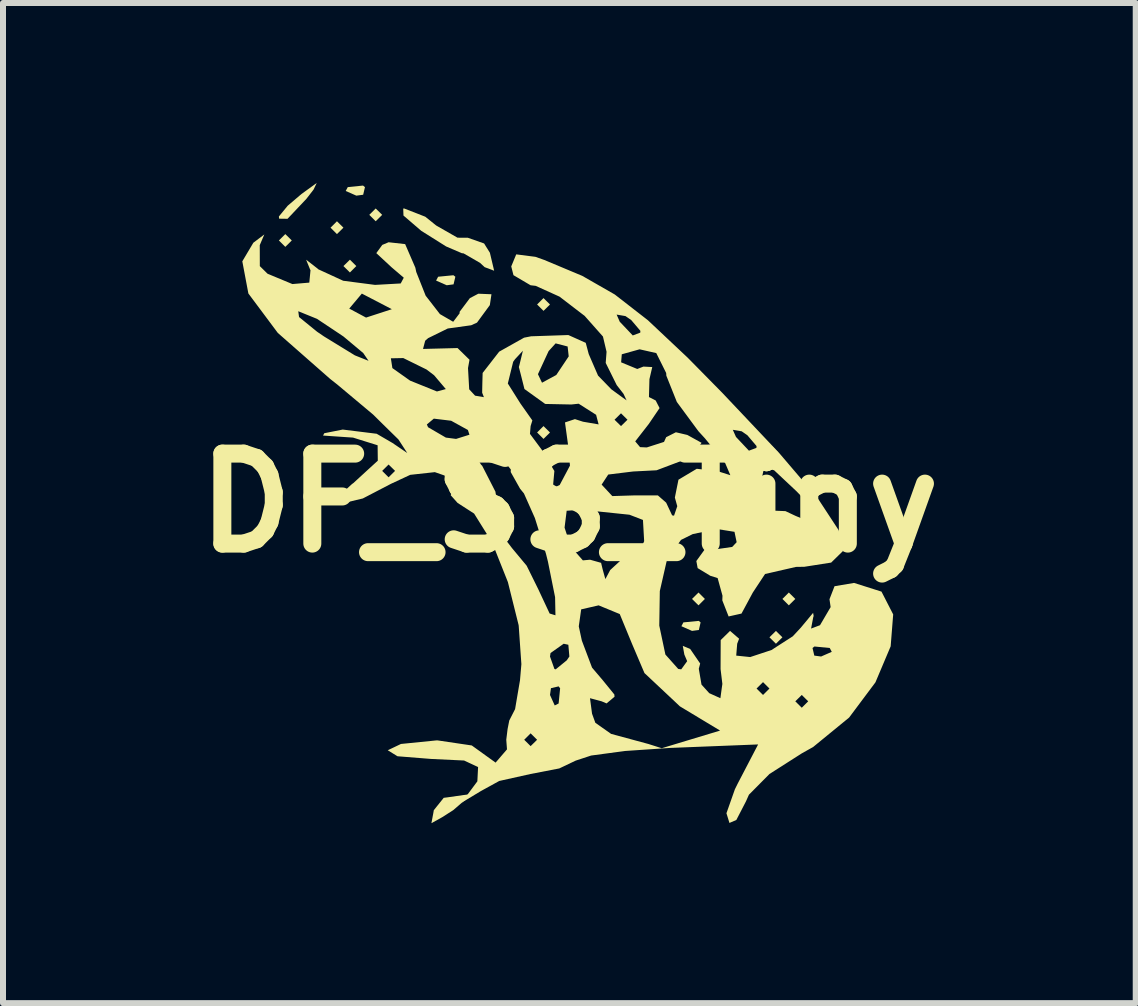
<source format=kicad_pcb>
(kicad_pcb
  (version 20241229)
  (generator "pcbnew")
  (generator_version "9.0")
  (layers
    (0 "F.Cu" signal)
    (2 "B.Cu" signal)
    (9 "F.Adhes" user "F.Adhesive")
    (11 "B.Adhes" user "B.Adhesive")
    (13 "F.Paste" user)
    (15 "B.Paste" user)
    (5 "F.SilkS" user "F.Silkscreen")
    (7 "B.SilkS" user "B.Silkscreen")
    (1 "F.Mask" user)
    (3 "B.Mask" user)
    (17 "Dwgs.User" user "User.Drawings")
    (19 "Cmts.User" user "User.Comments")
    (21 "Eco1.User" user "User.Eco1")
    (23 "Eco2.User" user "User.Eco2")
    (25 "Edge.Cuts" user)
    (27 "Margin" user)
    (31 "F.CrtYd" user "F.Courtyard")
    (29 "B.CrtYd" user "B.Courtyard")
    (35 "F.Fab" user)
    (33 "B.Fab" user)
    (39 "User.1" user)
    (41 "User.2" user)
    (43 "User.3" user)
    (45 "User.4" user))
  (footprint "DF_SS_Tiny"
    (layer "F.Cu")
    (at 6.443 5.335)
    (property "Reference" "DF_SS_Tiny" (at 0 0 0) (layer "F.SilkS") (effects (font (size 1.5 1.5) (thickness 0.3))))
    (attr board_only exclude_from_pos_files exclude_from_bom)
    (fp_poly (pts (xy -4.628 -4.376) (xy -4.736 -4.269) (xy -4.843 -4.376) (xy -4.736 -4.482)) (stroke (width 0) (type solid)) (fill yes) (layer "F.SilkS"))
    (fp_poly (pts (xy -3.767 -4.589) (xy -3.875 -4.482) (xy -3.982 -4.589) (xy -3.875 -4.696)) (stroke (width 0) (type solid)) (fill yes) (layer "F.SilkS"))
    (fp_poly (pts (xy -3.552 -3.949) (xy -3.659 -3.842) (xy -3.767 -3.949) (xy -3.659 -4.055)) (stroke (width 0) (type solid)) (fill yes) (layer "F.SilkS"))
    (fp_poly (pts (xy -3.121 -4.803) (xy -3.229 -4.696) (xy -3.336 -4.803) (xy -3.229 -4.909)) (stroke (width 0) (type solid)) (fill yes) (layer "F.SilkS"))
    (fp_poly (pts (xy -0.323 -3.308) (xy -0.431 -3.202) (xy -0.538 -3.308) (xy -0.431 -3.415)) (stroke (width 0) (type solid)) (fill yes) (layer "F.SilkS"))
    (fp_poly (pts (xy -0.323 -1.174) (xy -0.431 -1.067) (xy -0.538 -1.174) (xy -0.431 -1.281)) (stroke (width 0) (type solid)) (fill yes) (layer "F.SilkS"))
    (fp_poly (pts (xy 2.26 1.601) (xy 2.153 1.708) (xy 2.045 1.601) (xy 2.153 1.494)) (stroke (width 0) (type solid)) (fill yes) (layer "F.SilkS"))
    (fp_poly (pts (xy 3.552 2.241) (xy 3.444 2.348) (xy 3.336 2.241) (xy 3.444 2.134)) (stroke (width 0) (type solid)) (fill yes) (layer "F.SilkS"))
    (fp_poly (pts (xy 3.767 1.601) (xy 3.659 1.708) (xy 3.552 1.601) (xy 3.659 1.494)) (stroke (width 0) (type solid)) (fill yes) (layer "F.SilkS"))
    (fp_poly (pts (xy -3.408 -5.265) (xy -3.438 -5.138) (xy -3.552 -5.123) (xy -3.729 -5.201) (xy -3.695 -5.265) (xy -3.44 -5.291)) (stroke (width 0) (type solid)) (fill yes) (layer "F.SilkS"))
    (fp_poly (pts (xy -1.901 -3.771) (xy -1.931 -3.644) (xy -2.045 -3.629) (xy -2.222 -3.707) (xy -2.188 -3.771) (xy -1.933 -3.796)) (stroke (width 0) (type solid)) (fill yes) (layer "F.SilkS"))
    (fp_poly (pts (xy 2.188 1.992) (xy 2.159 2.119) (xy 2.045 2.134) (xy 1.868 2.056) (xy 1.901 1.992) (xy 2.157 1.967)) (stroke (width 0) (type solid)) (fill yes) (layer "F.SilkS"))
    (fp_poly (pts (xy -4.265 -5.224) (xy -4.385 -5.069) (xy -4.699 -4.737) (xy -4.84 -4.739) (xy -4.843 -4.776) (xy -4.696 -4.955) (xy -4.467 -5.15) (xy -4.212 -5.335)) (stroke (width 0) (type solid)) (fill yes) (layer "F.SilkS"))
    (fp_poly (pts (xy -1.62 4.85) (xy -1.937 5.123) (xy -2.12 5.24) (xy -2.3 5.34) (xy -2.27 5.18) (xy -2.26 5.123) (xy -2.095 4.917) (xy -2.032 4.909)) (stroke (width 0) (type solid)) (fill yes) (layer "F.SilkS"))
    (fp_poly (pts (xy -2.403 -4.772) (xy -2.22 -4.625) (xy -1.865 -4.422) (xy -1.693 -4.421) (xy -1.422 -4.326) (xy -1.325 -4.171) (xy -1.254 -3.871) (xy -1.413 -3.931) (xy -1.489 -4.002) (xy -1.763 -4.16) (xy -1.794 -4.164) (xy -2.055 -4.276) (xy -2.47 -4.537) (xy -2.766 -4.791) (xy -2.77 -4.908) (xy -2.754 -4.909)) (stroke (width 0) (type solid)) (fill yes) (layer "F.SilkS"))
    (fp_poly (pts (xy -5.162 -4.298) (xy -5.161 -3.948) (xy -5.032 -3.821) (xy -4.618 -3.649) (xy -4.336 -3.673) (xy -4.316 -3.88) (xy -4.324 -3.895) (xy -4.389 -4.055) (xy -4.197 -3.906) (xy -4.186 -3.895) (xy -3.771 -3.704) (xy -3.24 -3.635) (xy -2.812 -3.659) (xy -2.761 -3.755) (xy -2.966 -3.93) (xy -3.219 -4.165) (xy -3.119 -4.302) (xy -3.014 -4.346) (xy -2.738 -4.315) (xy -2.568 -3.922) (xy -2.553 -3.851) (xy -2.396 -3.455) (xy -2.158 -3.148) (xy -1.937 -3.02) (xy -1.83 -3.161) (xy -1.83 -3.186) (xy -1.659 -3.414) (xy -1.518 -3.488) (xy -1.299 -3.479) (xy -1.326 -3.298) (xy -1.54 -3.006) (xy -1.637 -2.962) (xy -2.027 -2.908) (xy -2.355 -2.747) (xy -2.404 -2.704) (xy -2.44 -2.567) (xy -2.368 -2.569) (xy -1.864 -2.582) (xy -1.665 -2.387) (xy -1.69 -2.248) (xy -1.67 -1.894) (xy -1.572 -1.788) (xy -1.425 -1.763) (xy -1.454 -1.837) (xy -1.451 -1.991) (xy -1.026 -1.991) (xy -0.817 -1.659) (xy -0.617 -1.375) (xy -0.646 -1.281) (xy -0.657 -1.151) (xy -0.463 -0.89) (xy -0.25 -0.532) (xy -0.269 -0.322) (xy -0.275 -0.245) (xy -0.161 -0.299) (xy -0.158 -0.305) (xy 0.538 -0.305) (xy 0.716 -0.114) (xy 1.076 -0.125) (xy 1.476 -0.125) (xy 1.614 -0.004) (xy 1.713 0.207) (xy 1.745 0.213) (xy 1.799 0.055) (xy 1.759 -0.089) (xy 1.783 -0.209) (xy 3.18 -0.209) (xy 3.217 0.096) (xy 3.306 0.125) (xy 3.603 0.137) (xy 3.771 0.216) (xy 4.092 0.351) (xy 4.122 0.222) (xy 3.861 -0.118) (xy 3.785 -0.196) (xy 3.414 -0.544) (xy 3.248 -0.589) (xy 3.19 -0.332) (xy 3.18 -0.209) (xy 1.783 -0.209) (xy 1.819 -0.387) (xy 2.124 -0.569) (xy 2.487 -0.527) (xy 2.495 -0.522) (xy 2.684 -0.462) (xy 2.598 -0.663) (xy 2.26 -1.077) (xy 2.153 -1.194) (xy 2.134 -1.219) (xy 2.725 -1.219) (xy 2.778 -1.1) (xy 2.994 -0.871) (xy 3.119 -0.918) (xy 3.121 -0.948) (xy 2.968 -1.128) (xy 2.873 -1.194) (xy 2.725 -1.219) (xy 2.134 -1.219) (xy 1.792 -1.683) (xy 1.617 -2.121) (xy 1.614 -2.166) (xy 1.449 -2.498) (xy 1.171 -2.561) (xy 0.874 -2.478) (xy 0.863 -2.344) (xy 1.132 -2.233) (xy 1.235 -2.273) (xy 1.382 -2.265) (xy 1.335 -2.063) (xy 1.327 -1.765) (xy 1.439 -1.708) (xy 1.504 -1.581) (xy 1.324 -1.316) (xy 1.098 -1.026) (xy 1.179 -0.93) (xy 1.291 -0.925) (xy 1.578 -1.017) (xy 1.614 -1.096) (xy 1.776 -1.178) (xy 1.967 -1.133) (xy 2.204 -1.002) (xy 2.083 -0.83) (xy 1.954 -0.733) (xy 1.454 -0.544) (xy 1.063 -0.524) (xy 0.648 -0.473) (xy 0.538 -0.305) (xy -0.158 -0.305) (xy 0.01 -0.622) (xy -0.023 -0.976) (xy -0.073 -1.342) (xy 0.093 -1.397) (xy 0.227 -1.354) (xy 0.488 -1.309) (xy 0.467 -1.387) (xy 0.753 -1.387) (xy 0.861 -1.281) (xy 0.969 -1.387) (xy 0.861 -1.494) (xy 0.753 -1.387) (xy 0.467 -1.387) (xy 0.446 -1.469) (xy 0.155 -1.654) (xy 0.034 -1.641) (xy -0.403 -1.65) (xy -0.749 -1.899) (xy -0.811 -2.146) (xy -0.524 -2.146) (xy -0.456 -2.004) (xy -0.218 -2.133) (xy -0.011 -2.443) (xy -0.029 -2.608) (xy -0.229 -2.66) (xy -0.346 -2.531) (xy -0.524 -2.146) (xy -0.811 -2.146) (xy -0.842 -2.265) (xy -0.833 -2.298) (xy -0.775 -2.537) (xy -0.907 -2.395) (xy -0.937 -2.353) (xy -1.026 -1.991) (xy -1.451 -1.991) (xy -1.446 -2.167) (xy -1.17 -2.522) (xy -0.755 -2.755) (xy -0.638 -2.778) (xy -0.017 -2.799) (xy 0.273 -2.669) (xy 0.323 -2.481) (xy 0.478 -2.123) (xy 0.7 -1.894) (xy 0.954 -1.709) (xy 0.903 -1.818) (xy 0.789 -1.965) (xy 0.606 -2.334) (xy 0.62 -2.52) (xy 0.56 -2.774) (xy 0.254 -3.119) (xy 0.226 -3.14) (xy 0.788 -3.14) (xy 0.84 -3.021) (xy 1.057 -2.792) (xy 1.182 -2.839) (xy 1.184 -2.869) (xy 1.031 -3.049) (xy 0.935 -3.115) (xy 0.788 -3.14) (xy 0.226 -3.14) (xy -0.164 -3.439) (xy -0.562 -3.619) (xy -0.647 -3.629) (xy -0.932 -3.797) (xy -0.969 -3.943) (xy -0.886 -4.144) (xy -0.566 -4.103) (xy -0.416 -4.05) (xy 0.216 -3.785) (xy 0.757 -3.475) (xy 1.309 -3.046) (xy 1.973 -2.421) (xy 2.548 -1.837) (xy 3.498 -0.832) (xy 4.141 -0.078) (xy 4.491 0.456) (xy 4.561 0.803) (xy 4.365 0.995) (xy 3.917 1.065) (xy 3.779 1.067) (xy 3.263 1.185) (xy 3.059 1.494) (xy 2.87 1.845) (xy 2.655 1.893) (xy 2.55 1.625) (xy 2.553 1.547) (xy 2.472 1.253) (xy 2.35 1.215) (xy 2.139 1.087) (xy 2.117 0.969) (xy 2.263 0.767) (xy 2.382 0.782) (xy 2.715 0.734) (xy 2.789 0.655) (xy 2.753 0.482) (xy 2.458 0.435) (xy 2.057 0.52) (xy 1.861 0.617) (xy 1.628 0.945) (xy 1.508 1.47) (xy 1.499 2.046) (xy 1.601 2.528) (xy 1.815 2.768) (xy 1.865 2.775) (xy 1.964 2.639) (xy 1.917 2.528) (xy 1.891 2.383) (xy 2.015 2.436) (xy 2.181 2.678) (xy 2.158 2.765) (xy 2.203 3.029) (xy 2.332 3.172) (xy 2.518 3.256) (xy 2.54 3.095) (xy 3.121 3.095) (xy 3.229 3.202) (xy 3.336 3.095) (xy 3.229 2.988) (xy 3.121 3.095) (xy 2.54 3.095) (xy 2.551 3.018) (xy 2.521 2.77) (xy 2.523 2.287) (xy 2.679 2.134) (xy 2.83 2.264) (xy 2.798 2.348) (xy 2.782 2.546) (xy 3.015 2.57) (xy 3.372 2.452) (xy 3.422 2.419) (xy 4.054 2.419) (xy 4.084 2.546) (xy 4.197 2.561) (xy 4.375 2.483) (xy 4.341 2.419) (xy 4.086 2.394) (xy 4.054 2.419) (xy 3.422 2.419) (xy 3.725 2.224) (xy 3.858 2.081) (xy 4.064 1.833) (xy 4.073 1.887) (xy 4.067 1.901) (xy 4.03 2.095) (xy 4.179 2.039) (xy 4.356 1.737) (xy 4.337 1.606) (xy 4.421 1.389) (xy 4.747 1.334) (xy 5.204 1.479) (xy 5.399 1.859) (xy 5.357 2.391) (xy 5.103 2.992) (xy 4.664 3.579) (xy 4.064 4.07) (xy 3.875 4.176) (xy 3.336 4.52) (xy 2.994 4.865) (xy 2.944 4.977) (xy 2.784 5.286) (xy 2.669 5.336) (xy 2.619 5.174) (xy 2.76 4.774) (xy 2.806 4.681) (xy 3.147 4.027) (xy 1.681 4.085) (xy 0.929 4.136) (xy 0.363 4.212) (xy 0.105 4.297) (xy 0.105 4.297) (xy -0.168 4.427) (xy -0.648 4.52) (xy -1.169 4.636) (xy -1.473 4.803) (xy -1.8 5) (xy -1.534 4.642) (xy -1.522 4.404) (xy -1.755 4.295) (xy -2.303 4.269) (xy -2.866 4.224) (xy -3.028 4.124) (xy -2.808 4.019) (xy -2.221 3.96) (xy -2.201 3.959) (xy -1.627 4.044) (xy -1.23 4.33) (xy -1.04 4.109) (xy -1.052 3.949) (xy -0.753 3.949) (xy -0.646 4.055) (xy -0.538 3.949) (xy -0.646 3.842) (xy -0.753 3.949) (xy -1.052 3.949) (xy -1.03 3.77) (xy -1.002 3.628) (xy -0.905 3.438) (xy -0.865 3.202) (xy -0.323 3.202) (xy -0.244 3.377) (xy -0.179 3.344) (xy -0.154 3.091) (xy -0.179 3.059) (xy -0.307 3.089) (xy -0.323 3.202) (xy -0.865 3.202) (xy -0.823 2.956) (xy -0.8 2.688) (xy -0.809 2.561) (xy -0.323 2.561) (xy -0.249 2.769) (xy -0.228 2.775) (xy -0.044 2.625) (xy 0 2.561) (xy -0.017 2.365) (xy -0.095 2.348) (xy -0.314 2.503) (xy -0.323 2.561) (xy -0.809 2.561) (xy -0.844 2.058) (xy 0.157 2.058) (xy 0.208 2.295) (xy 0.378 2.746) (xy 0.554 2.953) (xy 0.75 3.194) (xy 0.753 3.232) (xy 0.62 3.343) (xy 0.538 3.308) (xy 0.344 3.256) (xy 0.378 3.514) (xy 0.433 3.666) (xy 0.696 3.851) (xy 1.32 4.02) (xy 1.54 4.09) (xy 2.513 3.796) (xy 1.843 3.392) (xy 1.754 3.308) (xy 3.767 3.308) (xy 3.875 3.415) (xy 3.982 3.308) (xy 3.875 3.202) (xy 3.767 3.308) (xy 1.754 3.308) (xy 1.252 2.837) (xy 1.044 2.348) (xy 0.84 1.853) (xy 0.488 1.708) (xy 0.197 1.775) (xy 0.157 2.058) (xy -0.844 2.058) (xy -0.846 2.038) (xy -1.025 1.32) (xy -1.288 0.659) (xy -1.588 0.178) (xy -1.864 -0.000001) (xy -1.979 -0.129) (xy -1.951 -0.191) (xy -1.961 -0.415) (xy -2.243 -0.513) (xy -2.653 -0.468) (xy -2.971 -0.32) (xy -3.444 -0.074) (xy -3.755 -0.000001) (xy -3.884 -0.077) (xy -3.625 -0.314) (xy -3.6 -0.332) (xy -3.38 -0.534) (xy -3.121 -0.534) (xy -3.014 -0.427) (xy -2.906 -0.534) (xy -3.014 -0.64) (xy -3.121 -0.534) (xy -3.38 -0.534) (xy -3.194 -0.704) (xy -3.197 -0.961) (xy -3.607 -1.089) (xy -3.713 -1.096) (xy -4.107 -1.123) (xy -4.086 -1.162) (xy -3.779 -1.223) (xy -3.213 -1.153) (xy -2.95 -1) (xy -2.7 -0.83) (xy -2.701 -0.829) (xy -1.59 -0.829) (xy -1.474 -0.64) (xy -1.453 -0.618) (xy -1.233 -0.188) (xy -1.184 0.137) (xy -1.092 0.576) (xy -0.955 0.755) (xy -0.712 1.047) (xy -0.519 1.438) (xy -0.329 1.844) (xy -0.232 1.874) (xy -0.238 1.572) (xy -0.357 0.98) (xy -0.389 0.852) (xy -0.525 0.412) (xy -0.08 0.412) (xy 0.023 0.728) (xy 0.225 0.958) (xy 0.345 0.947) (xy 0.529 0.999) (xy 0.555 1.108) (xy 0.6 1.27) (xy 0.681 1.119) (xy 0.879 0.937) (xy 0.963 0.957) (xy 1.145 0.872) (xy 1.247 0.638) (xy 1.227 0.284) (xy 1.002 0.197) (xy 0.464 0.141) (xy 0.269 0.109) (xy -0.045 0.131) (xy -0.08 0.412) (xy -0.525 0.412) (xy -0.575 0.252) (xy -0.757 -0.157) (xy -0.822 -0.237) (xy -0.978 -0.515) (xy -0.976 -0.557) (xy -1.127 -0.75) (xy -1.334 -0.821) (xy -1.59 -0.829) (xy -2.701 -0.829) (xy -2.85 -1.058) (xy -3.105 -1.308) (xy -2.376 -1.308) (xy -2.356 -1.262) (xy -2.059 -1.089) (xy -1.889 -1.067) (xy -1.666 -1.137) (xy -1.692 -1.216) (xy -1.971 -1.37) (xy -2.26 -1.405) (xy -2.376 -1.308) (xy -3.105 -1.308) (xy -3.272 -1.473) (xy -3.871 -1.975) (xy -3.988 -2.067) (xy -4.861 -2.834) (xy -5.131 -3.196) (xy -4.52 -3.196) (xy -4.507 -3.099) (xy -4.206 -2.854) (xy -4.09 -2.775) (xy -3.576 -2.46) (xy -3.348 -2.369) (xy -3.377 -2.411) (xy -2.976 -2.411) (xy -2.951 -2.248) (xy -2.656 -2.039) (xy -2.208 -1.858) (xy -2.06 -1.898) (xy -2.256 -2.129) (xy -2.381 -2.224) (xy -2.769 -2.415) (xy -2.976 -2.411) (xy -3.377 -2.411) (xy -3.437 -2.499) (xy -3.767 -2.775) (xy -3.927 -2.882) (xy -3.67 -3.24) (xy -3.39 -3.09) (xy -2.96 -3.23) (xy -3.46 -3.49) (xy -3.67 -3.24) (xy -3.927 -2.882) (xy -4.208 -3.069) (xy -4.518 -3.195) (xy -4.52 -3.196) (xy -5.131 -3.196) (xy -5.352 -3.492) (xy -5.453 -4.028) (xy -5.269 -4.338) (xy -5.086 -4.476)) (stroke (width 0) (type solid)) (fill yes) (layer "F.SilkS")))
  (gr_rect
    (start -3 -3)
    (end 15.886 13.675)
    (stroke (width 0.1) (type default))
    (fill no)
    (layer "Edge.Cuts")))
</source>
